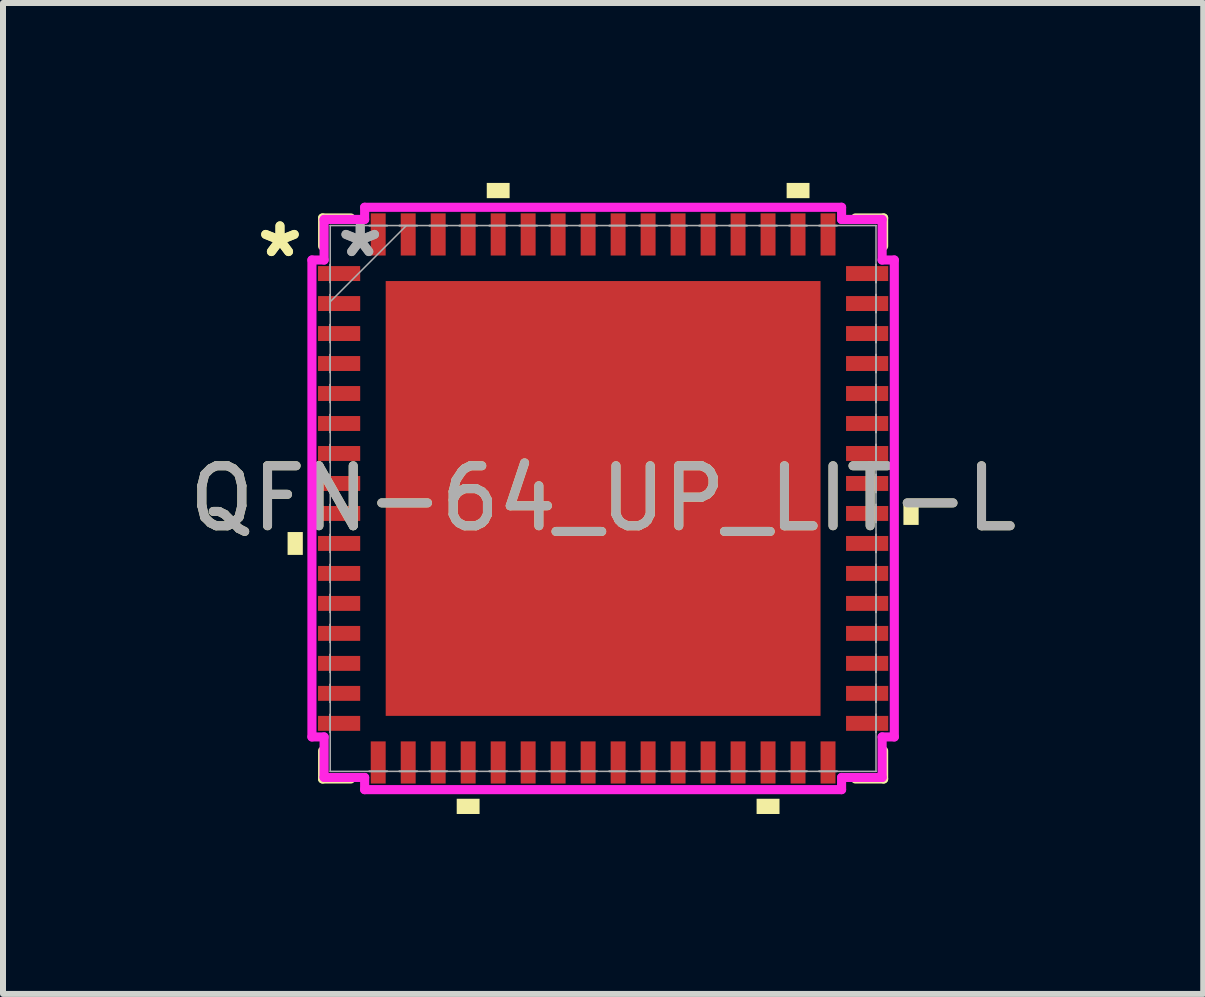
<source format=kicad_pcb>
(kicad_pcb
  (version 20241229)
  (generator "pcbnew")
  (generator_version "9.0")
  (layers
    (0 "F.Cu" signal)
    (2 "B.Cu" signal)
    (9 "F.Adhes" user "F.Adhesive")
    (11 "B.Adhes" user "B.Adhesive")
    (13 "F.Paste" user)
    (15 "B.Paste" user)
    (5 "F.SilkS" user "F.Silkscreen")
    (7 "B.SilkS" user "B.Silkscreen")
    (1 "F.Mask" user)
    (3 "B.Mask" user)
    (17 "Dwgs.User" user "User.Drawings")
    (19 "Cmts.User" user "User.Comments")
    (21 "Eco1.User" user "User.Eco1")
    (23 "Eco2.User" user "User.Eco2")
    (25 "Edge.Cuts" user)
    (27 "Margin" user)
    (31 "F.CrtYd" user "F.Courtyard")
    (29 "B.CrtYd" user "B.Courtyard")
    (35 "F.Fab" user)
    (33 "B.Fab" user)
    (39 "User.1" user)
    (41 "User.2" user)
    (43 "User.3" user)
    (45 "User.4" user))
  (footprint "QFN-64_UP_LIT-L"
    (layer "F.Cu")
    (at 7.006 5.261)
    (property "Reference" "QFN-64_UP_LIT-L" (at 0 0 0) (unlocked yes) (layer "F.SilkS") (effects (font (size 1 1) (thickness 0.15))))
    (attr smd)
    (fp_line (start -4.677 -4.677) (end -4.677 -4.207) (stroke (width 0.152) (type solid)) (layer "F.SilkS"))
    (fp_line (start -4.677 4.207) (end -4.677 4.677) (stroke (width 0.152) (type solid)) (layer "F.SilkS"))
    (fp_line (start -4.677 4.677) (end -4.207 4.677) (stroke (width 0.152) (type solid)) (layer "F.SilkS"))
    (fp_line (start -4.207 -4.677) (end -4.677 -4.677) (stroke (width 0.152) (type solid)) (layer "F.SilkS"))
    (fp_line (start 4.207 4.677) (end 4.677 4.677) (stroke (width 0.152) (type solid)) (layer "F.SilkS"))
    (fp_line (start 4.677 -4.677) (end 4.207 -4.677) (stroke (width 0.152) (type solid)) (layer "F.SilkS"))
    (fp_line (start 4.677 -4.207) (end 4.677 -4.677) (stroke (width 0.152) (type solid)) (layer "F.SilkS"))
    (fp_line (start 4.677 4.677) (end 4.677 4.207) (stroke (width 0.152) (type solid)) (layer "F.SilkS"))
    (fp_poly (pts (xy -5.261 0.56) (xy -5.261 0.941) (xy -5.007 0.941) (xy -5.007 0.56)) (stroke (width 0) (type solid)) (fill yes) (layer "F.SilkS"))
    (fp_poly (pts (xy -2.441 5.007) (xy -2.441 5.261) (xy -2.06 5.261) (xy -2.06 5.007)) (stroke (width 0) (type solid)) (fill yes) (layer "F.SilkS"))
    (fp_poly (pts (xy -1.94 -5.007) (xy -1.94 -5.261) (xy -1.559 -5.261) (xy -1.559 -5.007)) (stroke (width 0) (type solid)) (fill yes) (layer "F.SilkS"))
    (fp_poly (pts (xy 2.559 5.007) (xy 2.559 5.261) (xy 2.941 5.261) (xy 2.941 5.007)) (stroke (width 0) (type solid)) (fill yes) (layer "F.SilkS"))
    (fp_poly (pts (xy 3.06 -5.007) (xy 3.06 -5.261) (xy 3.441 -5.261) (xy 3.441 -5.007)) (stroke (width 0) (type solid)) (fill yes) (layer "F.SilkS"))
    (fp_poly (pts (xy 5.261 0.059) (xy 5.261 0.441) (xy 5.007 0.441) (xy 5.007 0.059)) (stroke (width 0) (type solid)) (fill yes) (layer "F.SilkS"))
    (fp_poly (pts (xy -3.525 -3.525) (xy -3.525 -2.275) (xy -2.275 -2.275) (xy -2.275 -3.525)) (stroke (width 0) (type solid)) (fill yes) (layer "F.Paste"))
    (fp_poly (pts (xy -3.525 -2.075) (xy -3.525 -0.825) (xy -2.275 -0.825) (xy -2.275 -2.075)) (stroke (width 0) (type solid)) (fill yes) (layer "F.Paste"))
    (fp_poly (pts (xy -3.525 -0.625) (xy -3.525 0.625) (xy -2.275 0.625) (xy -2.275 -0.625)) (stroke (width 0) (type solid)) (fill yes) (layer "F.Paste"))
    (fp_poly (pts (xy -3.525 0.825) (xy -3.525 2.075) (xy -2.275 2.075) (xy -2.275 0.825)) (stroke (width 0) (type solid)) (fill yes) (layer "F.Paste"))
    (fp_poly (pts (xy -3.525 2.275) (xy -3.525 3.525) (xy -2.275 3.525) (xy -2.275 2.275)) (stroke (width 0) (type solid)) (fill yes) (layer "F.Paste"))
    (fp_poly (pts (xy -2.075 -3.525) (xy -2.075 -2.275) (xy -0.825 -2.275) (xy -0.825 -3.525)) (stroke (width 0) (type solid)) (fill yes) (layer "F.Paste"))
    (fp_poly (pts (xy -2.075 -2.075) (xy -2.075 -0.825) (xy -0.825 -0.825) (xy -0.825 -2.075)) (stroke (width 0) (type solid)) (fill yes) (layer "F.Paste"))
    (fp_poly (pts (xy -2.075 -0.625) (xy -2.075 0.625) (xy -0.825 0.625) (xy -0.825 -0.625)) (stroke (width 0) (type solid)) (fill yes) (layer "F.Paste"))
    (fp_poly (pts (xy -2.075 0.825) (xy -2.075 2.075) (xy -0.825 2.075) (xy -0.825 0.825)) (stroke (width 0) (type solid)) (fill yes) (layer "F.Paste"))
    (fp_poly (pts (xy -2.075 2.275) (xy -2.075 3.525) (xy -0.825 3.525) (xy -0.825 2.275)) (stroke (width 0) (type solid)) (fill yes) (layer "F.Paste"))
    (fp_poly (pts (xy -0.625 -3.525) (xy -0.625 -2.275) (xy 0.625 -2.275) (xy 0.625 -3.525)) (stroke (width 0) (type solid)) (fill yes) (layer "F.Paste"))
    (fp_poly (pts (xy -0.625 -2.075) (xy -0.625 -0.825) (xy 0.625 -0.825) (xy 0.625 -2.075)) (stroke (width 0) (type solid)) (fill yes) (layer "F.Paste"))
    (fp_poly (pts (xy -0.625 -0.625) (xy -0.625 0.625) (xy 0.625 0.625) (xy 0.625 -0.625)) (stroke (width 0) (type solid)) (fill yes) (layer "F.Paste"))
    (fp_poly (pts (xy -0.625 0.825) (xy -0.625 2.075) (xy 0.625 2.075) (xy 0.625 0.825)) (stroke (width 0) (type solid)) (fill yes) (layer "F.Paste"))
    (fp_poly (pts (xy -0.625 2.275) (xy -0.625 3.525) (xy 0.625 3.525) (xy 0.625 2.275)) (stroke (width 0) (type solid)) (fill yes) (layer "F.Paste"))
    (fp_poly (pts (xy 0.825 -3.525) (xy 0.825 -2.275) (xy 2.075 -2.275) (xy 2.075 -3.525)) (stroke (width 0) (type solid)) (fill yes) (layer "F.Paste"))
    (fp_poly (pts (xy 0.825 -2.075) (xy 0.825 -0.825) (xy 2.075 -0.825) (xy 2.075 -2.075)) (stroke (width 0) (type solid)) (fill yes) (layer "F.Paste"))
    (fp_poly (pts (xy 0.825 -0.625) (xy 0.825 0.625) (xy 2.075 0.625) (xy 2.075 -0.625)) (stroke (width 0) (type solid)) (fill yes) (layer "F.Paste"))
    (fp_poly (pts (xy 0.825 0.825) (xy 0.825 2.075) (xy 2.075 2.075) (xy 2.075 0.825)) (stroke (width 0) (type solid)) (fill yes) (layer "F.Paste"))
    (fp_poly (pts (xy 0.825 2.275) (xy 0.825 3.525) (xy 2.075 3.525) (xy 2.075 2.275)) (stroke (width 0) (type solid)) (fill yes) (layer "F.Paste"))
    (fp_poly (pts (xy 2.275 -3.525) (xy 2.275 -2.275) (xy 3.525 -2.275) (xy 3.525 -3.525)) (stroke (width 0) (type solid)) (fill yes) (layer "F.Paste"))
    (fp_poly (pts (xy 2.275 -2.075) (xy 2.275 -0.825) (xy 3.525 -0.825) (xy 3.525 -2.075)) (stroke (width 0) (type solid)) (fill yes) (layer "F.Paste"))
    (fp_poly (pts (xy 2.275 -0.625) (xy 2.275 0.625) (xy 3.525 0.625) (xy 3.525 -0.625)) (stroke (width 0) (type solid)) (fill yes) (layer "F.Paste"))
    (fp_poly (pts (xy 2.275 0.825) (xy 2.275 2.075) (xy 3.525 2.075) (xy 3.525 0.825)) (stroke (width 0) (type solid)) (fill yes) (layer "F.Paste"))
    (fp_poly (pts (xy 2.275 2.275) (xy 2.275 3.525) (xy 3.525 3.525) (xy 3.525 2.275)) (stroke (width 0) (type solid)) (fill yes) (layer "F.Paste"))
    (fp_line (start -4.855 -3.976) (end -4.652 -3.976) (stroke (width 0.152) (type solid)) (layer "F.CrtYd"))
    (fp_line (start -4.855 3.976) (end -4.855 -3.976) (stroke (width 0.152) (type solid)) (layer "F.CrtYd"))
    (fp_line (start -4.652 -4.652) (end -3.976 -4.652) (stroke (width 0.152) (type solid)) (layer "F.CrtYd"))
    (fp_line (start -4.652 -3.976) (end -4.652 -4.652) (stroke (width 0.152) (type solid)) (layer "F.CrtYd"))
    (fp_line (start -4.652 3.976) (end -4.855 3.976) (stroke (width 0.152) (type solid)) (layer "F.CrtYd"))
    (fp_line (start -4.652 4.652) (end -4.652 3.976) (stroke (width 0.152) (type solid)) (layer "F.CrtYd"))
    (fp_line (start -3.976 -4.855) (end 3.976 -4.855) (stroke (width 0.152) (type solid)) (layer "F.CrtYd"))
    (fp_line (start -3.976 -4.652) (end -3.976 -4.855) (stroke (width 0.152) (type solid)) (layer "F.CrtYd"))
    (fp_line (start -3.976 4.652) (end -4.652 4.652) (stroke (width 0.152) (type solid)) (layer "F.CrtYd"))
    (fp_line (start -3.976 4.855) (end -3.976 4.652) (stroke (width 0.152) (type solid)) (layer "F.CrtYd"))
    (fp_line (start 3.976 -4.855) (end 3.976 -4.652) (stroke (width 0.152) (type solid)) (layer "F.CrtYd"))
    (fp_line (start 3.976 -4.652) (end 4.652 -4.652) (stroke (width 0.152) (type solid)) (layer "F.CrtYd"))
    (fp_line (start 3.976 4.652) (end 3.976 4.855) (stroke (width 0.152) (type solid)) (layer "F.CrtYd"))
    (fp_line (start 3.976 4.855) (end -3.976 4.855) (stroke (width 0.152) (type solid)) (layer "F.CrtYd"))
    (fp_line (start 4.652 -4.652) (end 4.652 -3.976) (stroke (width 0.152) (type solid)) (layer "F.CrtYd"))
    (fp_line (start 4.652 -3.976) (end 4.855 -3.976) (stroke (width 0.152) (type solid)) (layer "F.CrtYd"))
    (fp_line (start 4.652 3.976) (end 4.652 4.652) (stroke (width 0.152) (type solid)) (layer "F.CrtYd"))
    (fp_line (start 4.652 4.652) (end 3.976 4.652) (stroke (width 0.152) (type solid)) (layer "F.CrtYd"))
    (fp_line (start 4.855 -3.976) (end 4.855 3.976) (stroke (width 0.152) (type solid)) (layer "F.CrtYd"))
    (fp_line (start 4.855 3.976) (end 4.652 3.976) (stroke (width 0.152) (type solid)) (layer "F.CrtYd"))
    (fp_line (start -4.55 -4.55) (end -4.55 -4.55) (stroke (width 0.025) (type solid)) (layer "F.Fab"))
    (fp_line (start -4.55 -4.55) (end -4.55 4.55) (stroke (width 0.025) (type solid)) (layer "F.Fab"))
    (fp_line (start -4.55 -3.9) (end -4.55 -3.9) (stroke (width 0.025) (type solid)) (layer "F.Fab"))
    (fp_line (start -4.55 -3.9) (end -4.55 -3.6) (stroke (width 0.025) (type solid)) (layer "F.Fab"))
    (fp_line (start -4.55 -3.6) (end -4.55 -3.9) (stroke (width 0.025) (type solid)) (layer "F.Fab"))
    (fp_line (start -4.55 -3.6) (end -4.55 -3.6) (stroke (width 0.025) (type solid)) (layer "F.Fab"))
    (fp_line (start -4.55 -3.4) (end -4.55 -3.4) (stroke (width 0.025) (type solid)) (layer "F.Fab"))
    (fp_line (start -4.55 -3.4) (end -4.55 -3.1) (stroke (width 0.025) (type solid)) (layer "F.Fab"))
    (fp_line (start -4.55 -3.28) (end -3.28 -4.55) (stroke (width 0.025) (type solid)) (layer "F.Fab"))
    (fp_line (start -4.55 -3.1) (end -4.55 -3.4) (stroke (width 0.025) (type solid)) (layer "F.Fab"))
    (fp_line (start -4.55 -3.1) (end -4.55 -3.1) (stroke (width 0.025) (type solid)) (layer "F.Fab"))
    (fp_line (start -4.55 -2.9) (end -4.55 -2.9) (stroke (width 0.025) (type solid)) (layer "F.Fab"))
    (fp_line (start -4.55 -2.9) (end -4.55 -2.6) (stroke (width 0.025) (type solid)) (layer "F.Fab"))
    (fp_line (start -4.55 -2.6) (end -4.55 -2.9) (stroke (width 0.025) (type solid)) (layer "F.Fab"))
    (fp_line (start -4.55 -2.6) (end -4.55 -2.6) (stroke (width 0.025) (type solid)) (layer "F.Fab"))
    (fp_line (start -4.55 -2.4) (end -4.55 -2.4) (stroke (width 0.025) (type solid)) (layer "F.Fab"))
    (fp_line (start -4.55 -2.4) (end -4.55 -2.1) (stroke (width 0.025) (type solid)) (layer "F.Fab"))
    (fp_line (start -4.55 -2.1) (end -4.55 -2.4) (stroke (width 0.025) (type solid)) (layer "F.Fab"))
    (fp_line (start -4.55 -2.1) (end -4.55 -2.1) (stroke (width 0.025) (type solid)) (layer "F.Fab"))
    (fp_line (start -4.55 -1.9) (end -4.55 -1.9) (stroke (width 0.025) (type solid)) (layer "F.Fab"))
    (fp_line (start -4.55 -1.9) (end -4.55 -1.6) (stroke (width 0.025) (type solid)) (layer "F.Fab"))
    (fp_line (start -4.55 -1.6) (end -4.55 -1.9) (stroke (width 0.025) (type solid)) (layer "F.Fab"))
    (fp_line (start -4.55 -1.6) (end -4.55 -1.6) (stroke (width 0.025) (type solid)) (layer "F.Fab"))
    (fp_line (start -4.55 -1.4) (end -4.55 -1.4) (stroke (width 0.025) (type solid)) (layer "F.Fab"))
    (fp_line (start -4.55 -1.4) (end -4.55 -1.1) (stroke (width 0.025) (type solid)) (layer "F.Fab"))
    (fp_line (start -4.55 -1.1) (end -4.55 -1.4) (stroke (width 0.025) (type solid)) (layer "F.Fab"))
    (fp_line (start -4.55 -1.1) (end -4.55 -1.1) (stroke (width 0.025) (type solid)) (layer "F.Fab"))
    (fp_line (start -4.55 -0.9) (end -4.55 -0.9) (stroke (width 0.025) (type solid)) (layer "F.Fab"))
    (fp_line (start -4.55 -0.9) (end -4.55 -0.6) (stroke (width 0.025) (type solid)) (layer "F.Fab"))
    (fp_line (start -4.55 -0.6) (end -4.55 -0.9) (stroke (width 0.025) (type solid)) (layer "F.Fab"))
    (fp_line (start -4.55 -0.6) (end -4.55 -0.6) (stroke (width 0.025) (type solid)) (layer "F.Fab"))
    (fp_line (start -4.55 -0.4) (end -4.55 -0.4) (stroke (width 0.025) (type solid)) (layer "F.Fab"))
    (fp_line (start -4.55 -0.4) (end -4.55 -0.1) (stroke (width 0.025) (type solid)) (layer "F.Fab"))
    (fp_line (start -4.55 -0.1) (end -4.55 -0.4) (stroke (width 0.025) (type solid)) (layer "F.Fab"))
    (fp_line (start -4.55 -0.1) (end -4.55 -0.1) (stroke (width 0.025) (type solid)) (layer "F.Fab"))
    (fp_line (start -4.55 0.1) (end -4.55 0.1) (stroke (width 0.025) (type solid)) (layer "F.Fab"))
    (fp_line (start -4.55 0.1) (end -4.55 0.4) (stroke (width 0.025) (type solid)) (layer "F.Fab"))
    (fp_line (start -4.55 0.4) (end -4.55 0.1) (stroke (width 0.025) (type solid)) (layer "F.Fab"))
    (fp_line (start -4.55 0.4) (end -4.55 0.4) (stroke (width 0.025) (type solid)) (layer "F.Fab"))
    (fp_line (start -4.55 0.6) (end -4.55 0.6) (stroke (width 0.025) (type solid)) (layer "F.Fab"))
    (fp_line (start -4.55 0.6) (end -4.55 0.9) (stroke (width 0.025) (type solid)) (layer "F.Fab"))
    (fp_line (start -4.55 0.9) (end -4.55 0.6) (stroke (width 0.025) (type solid)) (layer "F.Fab"))
    (fp_line (start -4.55 0.9) (end -4.55 0.9) (stroke (width 0.025) (type solid)) (layer "F.Fab"))
    (fp_line (start -4.55 1.1) (end -4.55 1.1) (stroke (width 0.025) (type solid)) (layer "F.Fab"))
    (fp_line (start -4.55 1.1) (end -4.55 1.4) (stroke (width 0.025) (type solid)) (layer "F.Fab"))
    (fp_line (start -4.55 1.4) (end -4.55 1.1) (stroke (width 0.025) (type solid)) (layer "F.Fab"))
    (fp_line (start -4.55 1.4) (end -4.55 1.4) (stroke (width 0.025) (type solid)) (layer "F.Fab"))
    (fp_line (start -4.55 1.6) (end -4.55 1.6) (stroke (width 0.025) (type solid)) (layer "F.Fab"))
    (fp_line (start -4.55 1.6) (end -4.55 1.9) (stroke (width 0.025) (type solid)) (layer "F.Fab"))
    (fp_line (start -4.55 1.9) (end -4.55 1.6) (stroke (width 0.025) (type solid)) (layer "F.Fab"))
    (fp_line (start -4.55 1.9) (end -4.55 1.9) (stroke (width 0.025) (type solid)) (layer "F.Fab"))
    (fp_line (start -4.55 2.1) (end -4.55 2.1) (stroke (width 0.025) (type solid)) (layer "F.Fab"))
    (fp_line (start -4.55 2.1) (end -4.55 2.4) (stroke (width 0.025) (type solid)) (layer "F.Fab"))
    (fp_line (start -4.55 2.4) (end -4.55 2.1) (stroke (width 0.025) (type solid)) (layer "F.Fab"))
    (fp_line (start -4.55 2.4) (end -4.55 2.4) (stroke (width 0.025) (type solid)) (layer "F.Fab"))
    (fp_line (start -4.55 2.6) (end -4.55 2.6) (stroke (width 0.025) (type solid)) (layer "F.Fab"))
    (fp_line (start -4.55 2.6) (end -4.55 2.9) (stroke (width 0.025) (type solid)) (layer "F.Fab"))
    (fp_line (start -4.55 2.9) (end -4.55 2.6) (stroke (width 0.025) (type solid)) (layer "F.Fab"))
    (fp_line (start -4.55 2.9) (end -4.55 2.9) (stroke (width 0.025) (type solid)) (layer "F.Fab"))
    (fp_line (start -4.55 3.1) (end -4.55 3.1) (stroke (width 0.025) (type solid)) (layer "F.Fab"))
    (fp_line (start -4.55 3.1) (end -4.55 3.4) (stroke (width 0.025) (type solid)) (layer "F.Fab"))
    (fp_line (start -4.55 3.4) (end -4.55 3.1) (stroke (width 0.025) (type solid)) (layer "F.Fab"))
    (fp_line (start -4.55 3.4) (end -4.55 3.4) (stroke (width 0.025) (type solid)) (layer "F.Fab"))
    (fp_line (start -4.55 3.6) (end -4.55 3.6) (stroke (width 0.025) (type solid)) (layer "F.Fab"))
    (fp_line (start -4.55 3.6) (end -4.55 3.9) (stroke (width 0.025) (type solid)) (layer "F.Fab"))
    (fp_line (start -4.55 3.9) (end -4.55 3.6) (stroke (width 0.025) (type solid)) (layer "F.Fab"))
    (fp_line (start -4.55 3.9) (end -4.55 3.9) (stroke (width 0.025) (type solid)) (layer "F.Fab"))
    (fp_line (start -4.55 4.55) (end -4.55 4.55) (stroke (width 0.025) (type solid)) (layer "F.Fab"))
    (fp_line (start -4.55 4.55) (end 4.55 4.55) (stroke (width 0.025) (type solid)) (layer "F.Fab"))
    (fp_line (start -3.9 -4.55) (end -3.9 -4.55) (stroke (width 0.025) (type solid)) (layer "F.Fab"))
    (fp_line (start -3.9 -4.55) (end -3.6 -4.55) (stroke (width 0.025) (type solid)) (layer "F.Fab"))
    (fp_line (start -3.9 4.55) (end -3.9 4.55) (stroke (width 0.025) (type solid)) (layer "F.Fab"))
    (fp_line (start -3.9 4.55) (end -3.6 4.55) (stroke (width 0.025) (type solid)) (layer "F.Fab"))
    (fp_line (start -3.6 -4.55) (end -3.9 -4.55) (stroke (width 0.025) (type solid)) (layer "F.Fab"))
    (fp_line (start -3.6 -4.55) (end -3.6 -4.55) (stroke (width 0.025) (type solid)) (layer "F.Fab"))
    (fp_line (start -3.6 4.55) (end -3.9 4.55) (stroke (width 0.025) (type solid)) (layer "F.Fab"))
    (fp_line (start -3.6 4.55) (end -3.6 4.55) (stroke (width 0.025) (type solid)) (layer "F.Fab"))
    (fp_line (start -3.4 -4.55) (end -3.4 -4.55) (stroke (width 0.025) (type solid)) (layer "F.Fab"))
    (fp_line (start -3.4 -4.55) (end -3.1 -4.55) (stroke (width 0.025) (type solid)) (layer "F.Fab"))
    (fp_line (start -3.4 4.55) (end -3.4 4.55) (stroke (width 0.025) (type solid)) (layer "F.Fab"))
    (fp_line (start -3.4 4.55) (end -3.1 4.55) (stroke (width 0.025) (type solid)) (layer "F.Fab"))
    (fp_line (start -3.1 -4.55) (end -3.4 -4.55) (stroke (width 0.025) (type solid)) (layer "F.Fab"))
    (fp_line (start -3.1 -4.55) (end -3.1 -4.55) (stroke (width 0.025) (type solid)) (layer "F.Fab"))
    (fp_line (start -3.1 4.55) (end -3.4 4.55) (stroke (width 0.025) (type solid)) (layer "F.Fab"))
    (fp_line (start -3.1 4.55) (end -3.1 4.55) (stroke (width 0.025) (type solid)) (layer "F.Fab"))
    (fp_line (start -2.9 -4.55) (end -2.9 -4.55) (stroke (width 0.025) (type solid)) (layer "F.Fab"))
    (fp_line (start -2.9 -4.55) (end -2.6 -4.55) (stroke (width 0.025) (type solid)) (layer "F.Fab"))
    (fp_line (start -2.9 4.55) (end -2.9 4.55) (stroke (width 0.025) (type solid)) (layer "F.Fab"))
    (fp_line (start -2.9 4.55) (end -2.6 4.55) (stroke (width 0.025) (type solid)) (layer "F.Fab"))
    (fp_line (start -2.6 -4.55) (end -2.9 -4.55) (stroke (width 0.025) (type solid)) (layer "F.Fab"))
    (fp_line (start -2.6 -4.55) (end -2.6 -4.55) (stroke (width 0.025) (type solid)) (layer "F.Fab"))
    (fp_line (start -2.6 4.55) (end -2.9 4.55) (stroke (width 0.025) (type solid)) (layer "F.Fab"))
    (fp_line (start -2.6 4.55) (end -2.6 4.55) (stroke (width 0.025) (type solid)) (layer "F.Fab"))
    (fp_line (start -2.4 -4.55) (end -2.4 -4.55) (stroke (width 0.025) (type solid)) (layer "F.Fab"))
    (fp_line (start -2.4 -4.55) (end -2.1 -4.55) (stroke (width 0.025) (type solid)) (layer "F.Fab"))
    (fp_line (start -2.4 4.55) (end -2.4 4.55) (stroke (width 0.025) (type solid)) (layer "F.Fab"))
    (fp_line (start -2.4 4.55) (end -2.1 4.55) (stroke (width 0.025) (type solid)) (layer "F.Fab"))
    (fp_line (start -2.1 -4.55) (end -2.4 -4.55) (stroke (width 0.025) (type solid)) (layer "F.Fab"))
    (fp_line (start -2.1 -4.55) (end -2.1 -4.55) (stroke (width 0.025) (type solid)) (layer "F.Fab"))
    (fp_line (start -2.1 4.55) (end -2.4 4.55) (stroke (width 0.025) (type solid)) (layer "F.Fab"))
    (fp_line (start -2.1 4.55) (end -2.1 4.55) (stroke (width 0.025) (type solid)) (layer "F.Fab"))
    (fp_line (start -1.9 -4.55) (end -1.9 -4.55) (stroke (width 0.025) (type solid)) (layer "F.Fab"))
    (fp_line (start -1.9 -4.55) (end -1.6 -4.55) (stroke (width 0.025) (type solid)) (layer "F.Fab"))
    (fp_line (start -1.9 4.55) (end -1.9 4.55) (stroke (width 0.025) (type solid)) (layer "F.Fab"))
    (fp_line (start -1.9 4.55) (end -1.6 4.55) (stroke (width 0.025) (type solid)) (layer "F.Fab"))
    (fp_line (start -1.6 -4.55) (end -1.9 -4.55) (stroke (width 0.025) (type solid)) (layer "F.Fab"))
    (fp_line (start -1.6 -4.55) (end -1.6 -4.55) (stroke (width 0.025) (type solid)) (layer "F.Fab"))
    (fp_line (start -1.6 4.55) (end -1.9 4.55) (stroke (width 0.025) (type solid)) (layer "F.Fab"))
    (fp_line (start -1.6 4.55) (end -1.6 4.55) (stroke (width 0.025) (type solid)) (layer "F.Fab"))
    (fp_line (start -1.4 -4.55) (end -1.4 -4.55) (stroke (width 0.025) (type solid)) (layer "F.Fab"))
    (fp_line (start -1.4 -4.55) (end -1.1 -4.55) (stroke (width 0.025) (type solid)) (layer "F.Fab"))
    (fp_line (start -1.4 4.55) (end -1.4 4.55) (stroke (width 0.025) (type solid)) (layer "F.Fab"))
    (fp_line (start -1.4 4.55) (end -1.1 4.55) (stroke (width 0.025) (type solid)) (layer "F.Fab"))
    (fp_line (start -1.1 -4.55) (end -1.4 -4.55) (stroke (width 0.025) (type solid)) (layer "F.Fab"))
    (fp_line (start -1.1 -4.55) (end -1.1 -4.55) (stroke (width 0.025) (type solid)) (layer "F.Fab"))
    (fp_line (start -1.1 4.55) (end -1.4 4.55) (stroke (width 0.025) (type solid)) (layer "F.Fab"))
    (fp_line (start -1.1 4.55) (end -1.1 4.55) (stroke (width 0.025) (type solid)) (layer "F.Fab"))
    (fp_line (start -0.9 -4.55) (end -0.9 -4.55) (stroke (width 0.025) (type solid)) (layer "F.Fab"))
    (fp_line (start -0.9 -4.55) (end -0.6 -4.55) (stroke (width 0.025) (type solid)) (layer "F.Fab"))
    (fp_line (start -0.9 4.55) (end -0.9 4.55) (stroke (width 0.025) (type solid)) (layer "F.Fab"))
    (fp_line (start -0.9 4.55) (end -0.6 4.55) (stroke (width 0.025) (type solid)) (layer "F.Fab"))
    (fp_line (start -0.6 -4.55) (end -0.9 -4.55) (stroke (width 0.025) (type solid)) (layer "F.Fab"))
    (fp_line (start -0.6 -4.55) (end -0.6 -4.55) (stroke (width 0.025) (type solid)) (layer "F.Fab"))
    (fp_line (start -0.6 4.55) (end -0.9 4.55) (stroke (width 0.025) (type solid)) (layer "F.Fab"))
    (fp_line (start -0.6 4.55) (end -0.6 4.55) (stroke (width 0.025) (type solid)) (layer "F.Fab"))
    (fp_line (start -0.4 -4.55) (end -0.4 -4.55) (stroke (width 0.025) (type solid)) (layer "F.Fab"))
    (fp_line (start -0.4 -4.55) (end -0.1 -4.55) (stroke (width 0.025) (type solid)) (layer "F.Fab"))
    (fp_line (start -0.4 4.55) (end -0.4 4.55) (stroke (width 0.025) (type solid)) (layer "F.Fab"))
    (fp_line (start -0.4 4.55) (end -0.1 4.55) (stroke (width 0.025) (type solid)) (layer "F.Fab"))
    (fp_line (start -0.1 -4.55) (end -0.4 -4.55) (stroke (width 0.025) (type solid)) (layer "F.Fab"))
    (fp_line (start -0.1 -4.55) (end -0.1 -4.55) (stroke (width 0.025) (type solid)) (layer "F.Fab"))
    (fp_line (start -0.1 4.55) (end -0.4 4.55) (stroke (width 0.025) (type solid)) (layer "F.Fab"))
    (fp_line (start -0.1 4.55) (end -0.1 4.55) (stroke (width 0.025) (type solid)) (layer "F.Fab"))
    (fp_line (start 0.1 -4.55) (end 0.1 -4.55) (stroke (width 0.025) (type solid)) (layer "F.Fab"))
    (fp_line (start 0.1 -4.55) (end 0.4 -4.55) (stroke (width 0.025) (type solid)) (layer "F.Fab"))
    (fp_line (start 0.1 4.55) (end 0.1 4.55) (stroke (width 0.025) (type solid)) (layer "F.Fab"))
    (fp_line (start 0.1 4.55) (end 0.4 4.55) (stroke (width 0.025) (type solid)) (layer "F.Fab"))
    (fp_line (start 0.4 -4.55) (end 0.1 -4.55) (stroke (width 0.025) (type solid)) (layer "F.Fab"))
    (fp_line (start 0.4 -4.55) (end 0.4 -4.55) (stroke (width 0.025) (type solid)) (layer "F.Fab"))
    (fp_line (start 0.4 4.55) (end 0.1 4.55) (stroke (width 0.025) (type solid)) (layer "F.Fab"))
    (fp_line (start 0.4 4.55) (end 0.4 4.55) (stroke (width 0.025) (type solid)) (layer "F.Fab"))
    (fp_line (start 0.6 -4.55) (end 0.6 -4.55) (stroke (width 0.025) (type solid)) (layer "F.Fab"))
    (fp_line (start 0.6 -4.55) (end 0.9 -4.55) (stroke (width 0.025) (type solid)) (layer "F.Fab"))
    (fp_line (start 0.6 4.55) (end 0.6 4.55) (stroke (width 0.025) (type solid)) (layer "F.Fab"))
    (fp_line (start 0.6 4.55) (end 0.9 4.55) (stroke (width 0.025) (type solid)) (layer "F.Fab"))
    (fp_line (start 0.9 -4.55) (end 0.6 -4.55) (stroke (width 0.025) (type solid)) (layer "F.Fab"))
    (fp_line (start 0.9 -4.55) (end 0.9 -4.55) (stroke (width 0.025) (type solid)) (layer "F.Fab"))
    (fp_line (start 0.9 4.55) (end 0.6 4.55) (stroke (width 0.025) (type solid)) (layer "F.Fab"))
    (fp_line (start 0.9 4.55) (end 0.9 4.55) (stroke (width 0.025) (type solid)) (layer "F.Fab"))
    (fp_line (start 1.1 -4.55) (end 1.1 -4.55) (stroke (width 0.025) (type solid)) (layer "F.Fab"))
    (fp_line (start 1.1 -4.55) (end 1.4 -4.55) (stroke (width 0.025) (type solid)) (layer "F.Fab"))
    (fp_line (start 1.1 4.55) (end 1.1 4.55) (stroke (width 0.025) (type solid)) (layer "F.Fab"))
    (fp_line (start 1.1 4.55) (end 1.4 4.55) (stroke (width 0.025) (type solid)) (layer "F.Fab"))
    (fp_line (start 1.4 -4.55) (end 1.1 -4.55) (stroke (width 0.025) (type solid)) (layer "F.Fab"))
    (fp_line (start 1.4 -4.55) (end 1.4 -4.55) (stroke (width 0.025) (type solid)) (layer "F.Fab"))
    (fp_line (start 1.4 4.55) (end 1.1 4.55) (stroke (width 0.025) (type solid)) (layer "F.Fab"))
    (fp_line (start 1.4 4.55) (end 1.4 4.55) (stroke (width 0.025) (type solid)) (layer "F.Fab"))
    (fp_line (start 1.6 -4.55) (end 1.6 -4.55) (stroke (width 0.025) (type solid)) (layer "F.Fab"))
    (fp_line (start 1.6 -4.55) (end 1.9 -4.55) (stroke (width 0.025) (type solid)) (layer "F.Fab"))
    (fp_line (start 1.6 4.55) (end 1.6 4.55) (stroke (width 0.025) (type solid)) (layer "F.Fab"))
    (fp_line (start 1.6 4.55) (end 1.9 4.55) (stroke (width 0.025) (type solid)) (layer "F.Fab"))
    (fp_line (start 1.9 -4.55) (end 1.6 -4.55) (stroke (width 0.025) (type solid)) (layer "F.Fab"))
    (fp_line (start 1.9 -4.55) (end 1.9 -4.55) (stroke (width 0.025) (type solid)) (layer "F.Fab"))
    (fp_line (start 1.9 4.55) (end 1.6 4.55) (stroke (width 0.025) (type solid)) (layer "F.Fab"))
    (fp_line (start 1.9 4.55) (end 1.9 4.55) (stroke (width 0.025) (type solid)) (layer "F.Fab"))
    (fp_line (start 2.1 -4.55) (end 2.1 -4.55) (stroke (width 0.025) (type solid)) (layer "F.Fab"))
    (fp_line (start 2.1 -4.55) (end 2.4 -4.55) (stroke (width 0.025) (type solid)) (layer "F.Fab"))
    (fp_line (start 2.1 4.55) (end 2.1 4.55) (stroke (width 0.025) (type solid)) (layer "F.Fab"))
    (fp_line (start 2.1 4.55) (end 2.4 4.55) (stroke (width 0.025) (type solid)) (layer "F.Fab"))
    (fp_line (start 2.4 -4.55) (end 2.1 -4.55) (stroke (width 0.025) (type solid)) (layer "F.Fab"))
    (fp_line (start 2.4 -4.55) (end 2.4 -4.55) (stroke (width 0.025) (type solid)) (layer "F.Fab"))
    (fp_line (start 2.4 4.55) (end 2.1 4.55) (stroke (width 0.025) (type solid)) (layer "F.Fab"))
    (fp_line (start 2.4 4.55) (end 2.4 4.55) (stroke (width 0.025) (type solid)) (layer "F.Fab"))
    (fp_line (start 2.6 -4.55) (end 2.6 -4.55) (stroke (width 0.025) (type solid)) (layer "F.Fab"))
    (fp_line (start 2.6 -4.55) (end 2.9 -4.55) (stroke (width 0.025) (type solid)) (layer "F.Fab"))
    (fp_line (start 2.6 4.55) (end 2.6 4.55) (stroke (width 0.025) (type solid)) (layer "F.Fab"))
    (fp_line (start 2.6 4.55) (end 2.9 4.55) (stroke (width 0.025) (type solid)) (layer "F.Fab"))
    (fp_line (start 2.9 -4.55) (end 2.6 -4.55) (stroke (width 0.025) (type solid)) (layer "F.Fab"))
    (fp_line (start 2.9 -4.55) (end 2.9 -4.55) (stroke (width 0.025) (type solid)) (layer "F.Fab"))
    (fp_line (start 2.9 4.55) (end 2.6 4.55) (stroke (width 0.025) (type solid)) (layer "F.Fab"))
    (fp_line (start 2.9 4.55) (end 2.9 4.55) (stroke (width 0.025) (type solid)) (layer "F.Fab"))
    (fp_line (start 3.1 -4.55) (end 3.1 -4.55) (stroke (width 0.025) (type solid)) (layer "F.Fab"))
    (fp_line (start 3.1 -4.55) (end 3.4 -4.55) (stroke (width 0.025) (type solid)) (layer "F.Fab"))
    (fp_line (start 3.1 4.55) (end 3.1 4.55) (stroke (width 0.025) (type solid)) (layer "F.Fab"))
    (fp_line (start 3.1 4.55) (end 3.4 4.55) (stroke (width 0.025) (type solid)) (layer "F.Fab"))
    (fp_line (start 3.4 -4.55) (end 3.1 -4.55) (stroke (width 0.025) (type solid)) (layer "F.Fab"))
    (fp_line (start 3.4 -4.55) (end 3.4 -4.55) (stroke (width 0.025) (type solid)) (layer "F.Fab"))
    (fp_line (start 3.4 4.55) (end 3.1 4.55) (stroke (width 0.025) (type solid)) (layer "F.Fab"))
    (fp_line (start 3.4 4.55) (end 3.4 4.55) (stroke (width 0.025) (type solid)) (layer "F.Fab"))
    (fp_line (start 3.6 -4.55) (end 3.6 -4.55) (stroke (width 0.025) (type solid)) (layer "F.Fab"))
    (fp_line (start 3.6 -4.55) (end 3.9 -4.55) (stroke (width 0.025) (type solid)) (layer "F.Fab"))
    (fp_line (start 3.6 4.55) (end 3.6 4.55) (stroke (width 0.025) (type solid)) (layer "F.Fab"))
    (fp_line (start 3.6 4.55) (end 3.9 4.55) (stroke (width 0.025) (type solid)) (layer "F.Fab"))
    (fp_line (start 3.9 -4.55) (end 3.6 -4.55) (stroke (width 0.025) (type solid)) (layer "F.Fab"))
    (fp_line (start 3.9 -4.55) (end 3.9 -4.55) (stroke (width 0.025) (type solid)) (layer "F.Fab"))
    (fp_line (start 3.9 4.55) (end 3.6 4.55) (stroke (width 0.025) (type solid)) (layer "F.Fab"))
    (fp_line (start 3.9 4.55) (end 3.9 4.55) (stroke (width 0.025) (type solid)) (layer "F.Fab"))
    (fp_line (start 4.55 -4.55) (end -4.55 -4.55) (stroke (width 0.025) (type solid)) (layer "F.Fab"))
    (fp_line (start 4.55 -4.55) (end 4.55 -4.55) (stroke (width 0.025) (type solid)) (layer "F.Fab"))
    (fp_line (start 4.55 -3.9) (end 4.55 -3.9) (stroke (width 0.025) (type solid)) (layer "F.Fab"))
    (fp_line (start 4.55 -3.9) (end 4.55 -3.6) (stroke (width 0.025) (type solid)) (layer "F.Fab"))
    (fp_line (start 4.55 -3.6) (end 4.55 -3.9) (stroke (width 0.025) (type solid)) (layer "F.Fab"))
    (fp_line (start 4.55 -3.6) (end 4.55 -3.6) (stroke (width 0.025) (type solid)) (layer "F.Fab"))
    (fp_line (start 4.55 -3.4) (end 4.55 -3.4) (stroke (width 0.025) (type solid)) (layer "F.Fab"))
    (fp_line (start 4.55 -3.4) (end 4.55 -3.1) (stroke (width 0.025) (type solid)) (layer "F.Fab"))
    (fp_line (start 4.55 -3.1) (end 4.55 -3.4) (stroke (width 0.025) (type solid)) (layer "F.Fab"))
    (fp_line (start 4.55 -3.1) (end 4.55 -3.1) (stroke (width 0.025) (type solid)) (layer "F.Fab"))
    (fp_line (start 4.55 -2.9) (end 4.55 -2.9) (stroke (width 0.025) (type solid)) (layer "F.Fab"))
    (fp_line (start 4.55 -2.9) (end 4.55 -2.6) (stroke (width 0.025) (type solid)) (layer "F.Fab"))
    (fp_line (start 4.55 -2.6) (end 4.55 -2.9) (stroke (width 0.025) (type solid)) (layer "F.Fab"))
    (fp_line (start 4.55 -2.6) (end 4.55 -2.6) (stroke (width 0.025) (type solid)) (layer "F.Fab"))
    (fp_line (start 4.55 -2.4) (end 4.55 -2.4) (stroke (width 0.025) (type solid)) (layer "F.Fab"))
    (fp_line (start 4.55 -2.4) (end 4.55 -2.1) (stroke (width 0.025) (type solid)) (layer "F.Fab"))
    (fp_line (start 4.55 -2.1) (end 4.55 -2.4) (stroke (width 0.025) (type solid)) (layer "F.Fab"))
    (fp_line (start 4.55 -2.1) (end 4.55 -2.1) (stroke (width 0.025) (type solid)) (layer "F.Fab"))
    (fp_line (start 4.55 -1.9) (end 4.55 -1.9) (stroke (width 0.025) (type solid)) (layer "F.Fab"))
    (fp_line (start 4.55 -1.9) (end 4.55 -1.6) (stroke (width 0.025) (type solid)) (layer "F.Fab"))
    (fp_line (start 4.55 -1.6) (end 4.55 -1.9) (stroke (width 0.025) (type solid)) (layer "F.Fab"))
    (fp_line (start 4.55 -1.6) (end 4.55 -1.6) (stroke (width 0.025) (type solid)) (layer "F.Fab"))
    (fp_line (start 4.55 -1.4) (end 4.55 -1.4) (stroke (width 0.025) (type solid)) (layer "F.Fab"))
    (fp_line (start 4.55 -1.4) (end 4.55 -1.1) (stroke (width 0.025) (type solid)) (layer "F.Fab"))
    (fp_line (start 4.55 -1.1) (end 4.55 -1.4) (stroke (width 0.025) (type solid)) (layer "F.Fab"))
    (fp_line (start 4.55 -1.1) (end 4.55 -1.1) (stroke (width 0.025) (type solid)) (layer "F.Fab"))
    (fp_line (start 4.55 -0.9) (end 4.55 -0.9) (stroke (width 0.025) (type solid)) (layer "F.Fab"))
    (fp_line (start 4.55 -0.9) (end 4.55 -0.6) (stroke (width 0.025) (type solid)) (layer "F.Fab"))
    (fp_line (start 4.55 -0.6) (end 4.55 -0.9) (stroke (width 0.025) (type solid)) (layer "F.Fab"))
    (fp_line (start 4.55 -0.6) (end 4.55 -0.6) (stroke (width 0.025) (type solid)) (layer "F.Fab"))
    (fp_line (start 4.55 -0.4) (end 4.55 -0.4) (stroke (width 0.025) (type solid)) (layer "F.Fab"))
    (fp_line (start 4.55 -0.4) (end 4.55 -0.1) (stroke (width 0.025) (type solid)) (layer "F.Fab"))
    (fp_line (start 4.55 -0.1) (end 4.55 -0.4) (stroke (width 0.025) (type solid)) (layer "F.Fab"))
    (fp_line (start 4.55 -0.1) (end 4.55 -0.1) (stroke (width 0.025) (type solid)) (layer "F.Fab"))
    (fp_line (start 4.55 0.1) (end 4.55 0.1) (stroke (width 0.025) (type solid)) (layer "F.Fab"))
    (fp_line (start 4.55 0.1) (end 4.55 0.4) (stroke (width 0.025) (type solid)) (layer "F.Fab"))
    (fp_line (start 4.55 0.4) (end 4.55 0.1) (stroke (width 0.025) (type solid)) (layer "F.Fab"))
    (fp_line (start 4.55 0.4) (end 4.55 0.4) (stroke (width 0.025) (type solid)) (layer "F.Fab"))
    (fp_line (start 4.55 0.6) (end 4.55 0.6) (stroke (width 0.025) (type solid)) (layer "F.Fab"))
    (fp_line (start 4.55 0.6) (end 4.55 0.9) (stroke (width 0.025) (type solid)) (layer "F.Fab"))
    (fp_line (start 4.55 0.9) (end 4.55 0.6) (stroke (width 0.025) (type solid)) (layer "F.Fab"))
    (fp_line (start 4.55 0.9) (end 4.55 0.9) (stroke (width 0.025) (type solid)) (layer "F.Fab"))
    (fp_line (start 4.55 1.1) (end 4.55 1.1) (stroke (width 0.025) (type solid)) (layer "F.Fab"))
    (fp_line (start 4.55 1.1) (end 4.55 1.4) (stroke (width 0.025) (type solid)) (layer "F.Fab"))
    (fp_line (start 4.55 1.4) (end 4.55 1.1) (stroke (width 0.025) (type solid)) (layer "F.Fab"))
    (fp_line (start 4.55 1.4) (end 4.55 1.4) (stroke (width 0.025) (type solid)) (layer "F.Fab"))
    (fp_line (start 4.55 1.6) (end 4.55 1.6) (stroke (width 0.025) (type solid)) (layer "F.Fab"))
    (fp_line (start 4.55 1.6) (end 4.55 1.9) (stroke (width 0.025) (type solid)) (layer "F.Fab"))
    (fp_line (start 4.55 1.9) (end 4.55 1.6) (stroke (width 0.025) (type solid)) (layer "F.Fab"))
    (fp_line (start 4.55 1.9) (end 4.55 1.9) (stroke (width 0.025) (type solid)) (layer "F.Fab"))
    (fp_line (start 4.55 2.1) (end 4.55 2.1) (stroke (width 0.025) (type solid)) (layer "F.Fab"))
    (fp_line (start 4.55 2.1) (end 4.55 2.4) (stroke (width 0.025) (type solid)) (layer "F.Fab"))
    (fp_line (start 4.55 2.4) (end 4.55 2.1) (stroke (width 0.025) (type solid)) (layer "F.Fab"))
    (fp_line (start 4.55 2.4) (end 4.55 2.4) (stroke (width 0.025) (type solid)) (layer "F.Fab"))
    (fp_line (start 4.55 2.6) (end 4.55 2.6) (stroke (width 0.025) (type solid)) (layer "F.Fab"))
    (fp_line (start 4.55 2.6) (end 4.55 2.9) (stroke (width 0.025) (type solid)) (layer "F.Fab"))
    (fp_line (start 4.55 2.9) (end 4.55 2.6) (stroke (width 0.025) (type solid)) (layer "F.Fab"))
    (fp_line (start 4.55 2.9) (end 4.55 2.9) (stroke (width 0.025) (type solid)) (layer "F.Fab"))
    (fp_line (start 4.55 3.1) (end 4.55 3.1) (stroke (width 0.025) (type solid)) (layer "F.Fab"))
    (fp_line (start 4.55 3.1) (end 4.55 3.4) (stroke (width 0.025) (type solid)) (layer "F.Fab"))
    (fp_line (start 4.55 3.4) (end 4.55 3.1) (stroke (width 0.025) (type solid)) (layer "F.Fab"))
    (fp_line (start 4.55 3.4) (end 4.55 3.4) (stroke (width 0.025) (type solid)) (layer "F.Fab"))
    (fp_line (start 4.55 3.6) (end 4.55 3.6) (stroke (width 0.025) (type solid)) (layer "F.Fab"))
    (fp_line (start 4.55 3.6) (end 4.55 3.9) (stroke (width 0.025) (type solid)) (layer "F.Fab"))
    (fp_line (start 4.55 3.9) (end 4.55 3.6) (stroke (width 0.025) (type solid)) (layer "F.Fab"))
    (fp_line (start 4.55 3.9) (end 4.55 3.9) (stroke (width 0.025) (type solid)) (layer "F.Fab"))
    (fp_line (start 4.55 4.55) (end 4.55 -4.55) (stroke (width 0.025) (type solid)) (layer "F.Fab"))
    (fp_line (start 4.55 4.55) (end 4.55 4.55) (stroke (width 0.025) (type solid)) (layer "F.Fab"))
    (fp_text user "*" (at -5.388 -4 0) (unlocked yes) (layer "F.SilkS") (effects (font (size 1 1) (thickness 0.15))))
    (fp_text user "*" (at -5.388 -4 0) (layer "F.SilkS") (effects (font (size 1 1) (thickness 0.15))))
    (fp_text user "${REFERENCE}" (at 0 0 0) (unlocked yes) (layer "F.Fab") (effects (font (size 1 1) (thickness 0.15))))
    (fp_text user "*" (at -4.05 -4 0) (unlocked yes) (layer "F.Fab") (effects (font (size 1 1) (thickness 0.15))))
    (fp_text user "*" (at -4.05 -4 0) (layer "F.Fab") (effects (font (size 1 1) (thickness 0.15))))
    (pad "1" smd rect (at -4.402 -3.75 90) (size 0.249 0.703) (layers "F.Cu" "F.Mask" "F.Paste"))
    (pad "2" smd rect (at -4.402 -3.25 90) (size 0.249 0.703) (layers "F.Cu" "F.Mask" "F.Paste"))
    (pad "3" smd rect (at -4.402 -2.75 90) (size 0.249 0.703) (layers "F.Cu" "F.Mask" "F.Paste"))
    (pad "4" smd rect (at -4.402 -2.25 90) (size 0.249 0.703) (layers "F.Cu" "F.Mask" "F.Paste"))
    (pad "5" smd rect (at -4.402 -1.75 90) (size 0.249 0.703) (layers "F.Cu" "F.Mask" "F.Paste"))
    (pad "6" smd rect (at -4.402 -1.25 90) (size 0.249 0.703) (layers "F.Cu" "F.Mask" "F.Paste"))
    (pad "7" smd rect (at -4.402 -0.75 90) (size 0.249 0.703) (layers "F.Cu" "F.Mask" "F.Paste"))
    (pad "8" smd rect (at -4.402 -0.25 90) (size 0.249 0.703) (layers "F.Cu" "F.Mask" "F.Paste"))
    (pad "9" smd rect (at -4.402 0.25 90) (size 0.249 0.703) (layers "F.Cu" "F.Mask" "F.Paste"))
    (pad "10" smd rect (at -4.402 0.75 90) (size 0.249 0.703) (layers "F.Cu" "F.Mask" "F.Paste"))
    (pad "11" smd rect (at -4.402 1.25 90) (size 0.249 0.703) (layers "F.Cu" "F.Mask" "F.Paste"))
    (pad "12" smd rect (at -4.402 1.75 90) (size 0.249 0.703) (layers "F.Cu" "F.Mask" "F.Paste"))
    (pad "13" smd rect (at -4.402 2.25 90) (size 0.249 0.703) (layers "F.Cu" "F.Mask" "F.Paste"))
    (pad "14" smd rect (at -4.402 2.75 90) (size 0.249 0.703) (layers "F.Cu" "F.Mask" "F.Paste"))
    (pad "15" smd rect (at -4.402 3.25 90) (size 0.249 0.703) (layers "F.Cu" "F.Mask" "F.Paste"))
    (pad "16" smd rect (at -4.402 3.75 90) (size 0.249 0.703) (layers "F.Cu" "F.Mask" "F.Paste"))
    (pad "17" smd rect (at -3.75 4.402) (size 0.249 0.703) (layers "F.Cu" "F.Mask" "F.Paste"))
    (pad "18" smd rect (at -3.25 4.402) (size 0.249 0.703) (layers "F.Cu" "F.Mask" "F.Paste"))
    (pad "19" smd rect (at -2.75 4.402) (size 0.249 0.703) (layers "F.Cu" "F.Mask" "F.Paste"))
    (pad "20" smd rect (at -2.25 4.402) (size 0.249 0.703) (layers "F.Cu" "F.Mask" "F.Paste"))
    (pad "21" smd rect (at -1.75 4.402) (size 0.249 0.703) (layers "F.Cu" "F.Mask" "F.Paste"))
    (pad "22" smd rect (at -1.25 4.402) (size 0.249 0.703) (layers "F.Cu" "F.Mask" "F.Paste"))
    (pad "23" smd rect (at -0.75 4.402) (size 0.249 0.703) (layers "F.Cu" "F.Mask" "F.Paste"))
    (pad "24" smd rect (at -0.25 4.402) (size 0.249 0.703) (layers "F.Cu" "F.Mask" "F.Paste"))
    (pad "25" smd rect (at 0.25 4.402) (size 0.249 0.703) (layers "F.Cu" "F.Mask" "F.Paste"))
    (pad "26" smd rect (at 0.75 4.402) (size 0.249 0.703) (layers "F.Cu" "F.Mask" "F.Paste"))
    (pad "27" smd rect (at 1.25 4.402) (size 0.249 0.703) (layers "F.Cu" "F.Mask" "F.Paste"))
    (pad "28" smd rect (at 1.75 4.402) (size 0.249 0.703) (layers "F.Cu" "F.Mask" "F.Paste"))
    (pad "29" smd rect (at 2.25 4.402) (size 0.249 0.703) (layers "F.Cu" "F.Mask" "F.Paste"))
    (pad "30" smd rect (at 2.75 4.402) (size 0.249 0.703) (layers "F.Cu" "F.Mask" "F.Paste"))
    (pad "31" smd rect (at 3.25 4.402) (size 0.249 0.703) (layers "F.Cu" "F.Mask" "F.Paste"))
    (pad "32" smd rect (at 3.75 4.402) (size 0.249 0.703) (layers "F.Cu" "F.Mask" "F.Paste"))
    (pad "33" smd rect (at 4.402 3.75 90) (size 0.249 0.703) (layers "F.Cu" "F.Mask" "F.Paste"))
    (pad "34" smd rect (at 4.402 3.25 90) (size 0.249 0.703) (layers "F.Cu" "F.Mask" "F.Paste"))
    (pad "35" smd rect (at 4.402 2.75 90) (size 0.249 0.703) (layers "F.Cu" "F.Mask" "F.Paste"))
    (pad "36" smd rect (at 4.402 2.25 90) (size 0.249 0.703) (layers "F.Cu" "F.Mask" "F.Paste"))
    (pad "37" smd rect (at 4.402 1.75 90) (size 0.249 0.703) (layers "F.Cu" "F.Mask" "F.Paste"))
    (pad "38" smd rect (at 4.402 1.25 90) (size 0.249 0.703) (layers "F.Cu" "F.Mask" "F.Paste"))
    (pad "39" smd rect (at 4.402 0.75 90) (size 0.249 0.703) (layers "F.Cu" "F.Mask" "F.Paste"))
    (pad "40" smd rect (at 4.402 0.25 90) (size 0.249 0.703) (layers "F.Cu" "F.Mask" "F.Paste"))
    (pad "41" smd rect (at 4.402 -0.25 90) (size 0.249 0.703) (layers "F.Cu" "F.Mask" "F.Paste"))
    (pad "42" smd rect (at 4.402 -0.75 90) (size 0.249 0.703) (layers "F.Cu" "F.Mask" "F.Paste"))
    (pad "43" smd rect (at 4.402 -1.25 90) (size 0.249 0.703) (layers "F.Cu" "F.Mask" "F.Paste"))
    (pad "44" smd rect (at 4.402 -1.75 90) (size 0.249 0.703) (layers "F.Cu" "F.Mask" "F.Paste"))
    (pad "45" smd rect (at 4.402 -2.25 90) (size 0.249 0.703) (layers "F.Cu" "F.Mask" "F.Paste"))
    (pad "46" smd rect (at 4.402 -2.75 90) (size 0.249 0.703) (layers "F.Cu" "F.Mask" "F.Paste"))
    (pad "47" smd rect (at 4.402 -3.25 90) (size 0.249 0.703) (layers "F.Cu" "F.Mask" "F.Paste"))
    (pad "48" smd rect (at 4.402 -3.75 90) (size 0.249 0.703) (layers "F.Cu" "F.Mask" "F.Paste"))
    (pad "49" smd rect (at 3.75 -4.402) (size 0.249 0.703) (layers "F.Cu" "F.Mask" "F.Paste"))
    (pad "50" smd rect (at 3.25 -4.402) (size 0.249 0.703) (layers "F.Cu" "F.Mask" "F.Paste"))
    (pad "51" smd rect (at 2.75 -4.402) (size 0.249 0.703) (layers "F.Cu" "F.Mask" "F.Paste"))
    (pad "52" smd rect (at 2.25 -4.402) (size 0.249 0.703) (layers "F.Cu" "F.Mask" "F.Paste"))
    (pad "53" smd rect (at 1.75 -4.402) (size 0.249 0.703) (layers "F.Cu" "F.Mask" "F.Paste"))
    (pad "54" smd rect (at 1.25 -4.402) (size 0.249 0.703) (layers "F.Cu" "F.Mask" "F.Paste"))
    (pad "55" smd rect (at 0.75 -4.402) (size 0.249 0.703) (layers "F.Cu" "F.Mask" "F.Paste"))
    (pad "56" smd rect (at 0.25 -4.402) (size 0.249 0.703) (layers "F.Cu" "F.Mask" "F.Paste"))
    (pad "57" smd rect (at -0.25 -4.402) (size 0.249 0.703) (layers "F.Cu" "F.Mask" "F.Paste"))
    (pad "58" smd rect (at -0.75 -4.402) (size 0.249 0.703) (layers "F.Cu" "F.Mask" "F.Paste"))
    (pad "59" smd rect (at -1.25 -4.402) (size 0.249 0.703) (layers "F.Cu" "F.Mask" "F.Paste"))
    (pad "60" smd rect (at -1.75 -4.402) (size 0.249 0.703) (layers "F.Cu" "F.Mask" "F.Paste"))
    (pad "61" smd rect (at -2.25 -4.402) (size 0.249 0.703) (layers "F.Cu" "F.Mask" "F.Paste"))
    (pad "62" smd rect (at -2.75 -4.402) (size 0.249 0.703) (layers "F.Cu" "F.Mask" "F.Paste"))
    (pad "63" smd rect (at -3.25 -4.402) (size 0.249 0.703) (layers "F.Cu" "F.Mask" "F.Paste"))
    (pad "64" smd rect (at -3.75 -4.402) (size 0.249 0.703) (layers "F.Cu" "F.Mask" "F.Paste"))
    (pad "65" smd rect (at 0 0) (size 7.25 7.25) (layers "F.Cu" "F.Mask" "F.Paste")))
  (gr_rect
    (start -3 -3)
    (end 17.012 13.522)
    (stroke (width 0.1) (type default))
    (fill no)
    (layer "Edge.Cuts")))
</source>
